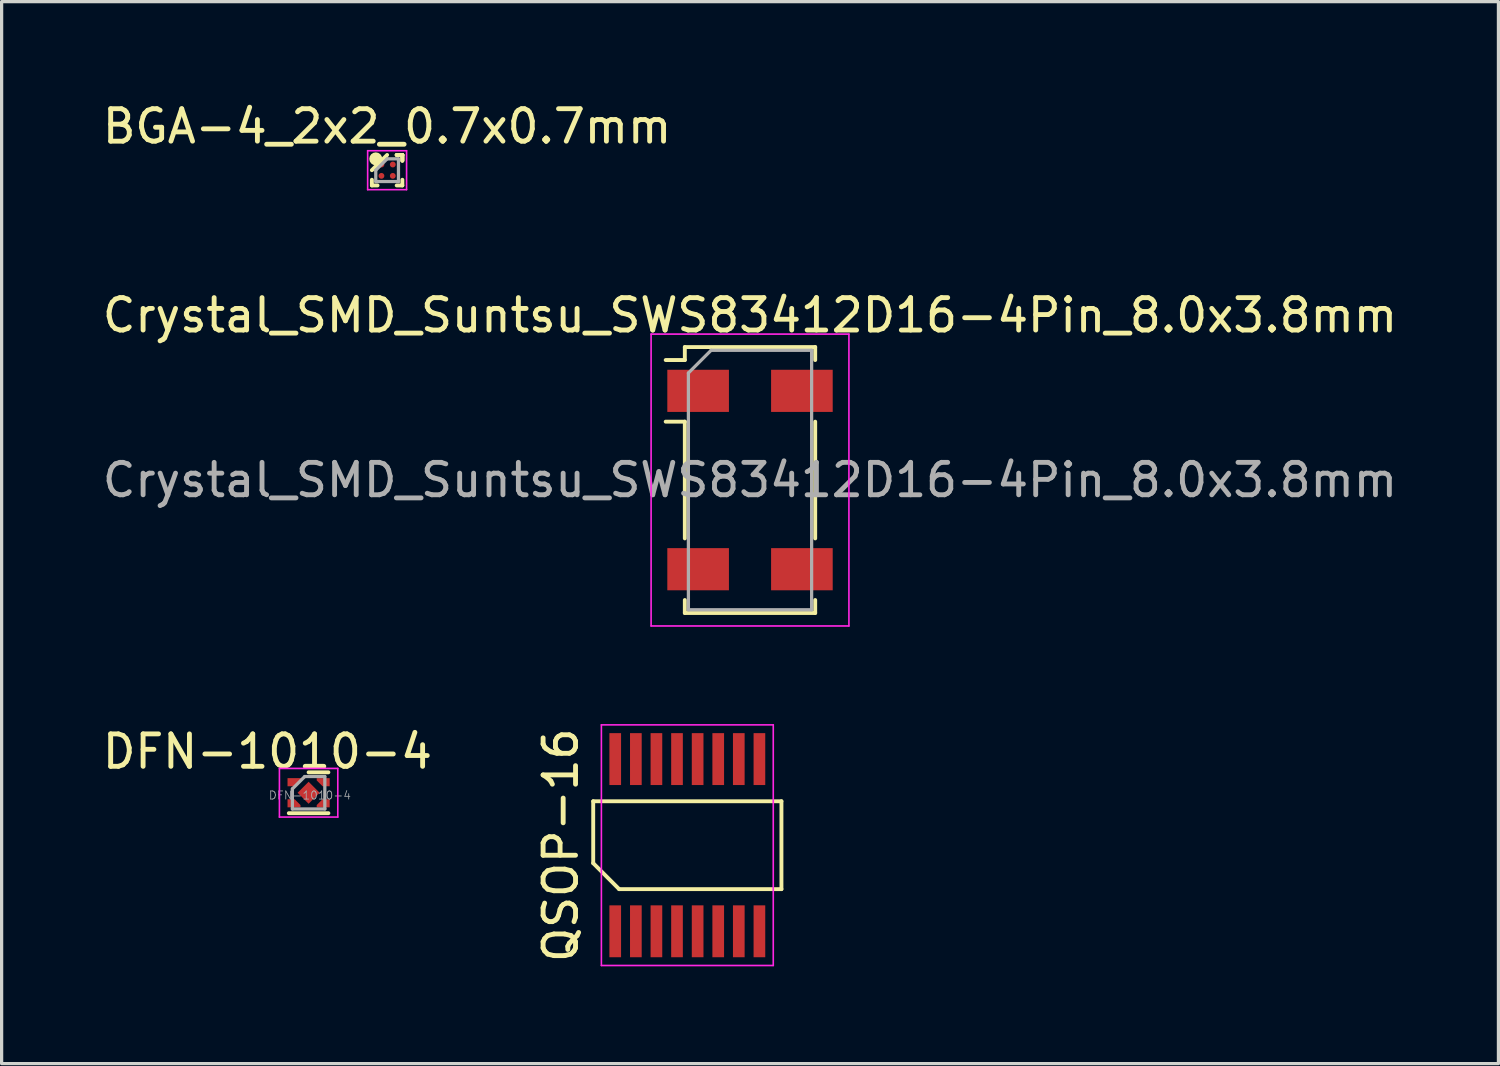
<source format=kicad_pcb>
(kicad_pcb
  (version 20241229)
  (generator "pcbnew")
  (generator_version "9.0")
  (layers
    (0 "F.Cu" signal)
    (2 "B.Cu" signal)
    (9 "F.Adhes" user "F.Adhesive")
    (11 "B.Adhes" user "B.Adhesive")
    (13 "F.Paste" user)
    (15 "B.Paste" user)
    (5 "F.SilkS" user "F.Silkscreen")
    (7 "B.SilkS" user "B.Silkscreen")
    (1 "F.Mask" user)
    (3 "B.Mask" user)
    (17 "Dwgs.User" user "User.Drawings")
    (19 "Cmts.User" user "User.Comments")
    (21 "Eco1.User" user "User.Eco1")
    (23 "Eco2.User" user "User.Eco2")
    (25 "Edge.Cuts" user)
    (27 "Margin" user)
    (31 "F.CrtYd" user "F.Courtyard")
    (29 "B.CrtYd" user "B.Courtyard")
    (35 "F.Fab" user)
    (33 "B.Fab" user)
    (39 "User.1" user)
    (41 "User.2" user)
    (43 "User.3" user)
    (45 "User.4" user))
  (footprint "DFN-1010-4"
    (layer "F.Cu")
    (at 6.466 21.395)
    (property "Reference" "DFN-1010-4" (at -1.27 -1.27 0) (layer "F.SilkS") (effects (font (size 1 1) (thickness 0.15))))
    (attr through_hole)
    (fp_line (start 0.61 -0.63) (end 0 -0.63) (stroke (width 0.12) (type solid)) (layer "F.SilkS"))
    (fp_line (start 0.61 0.63) (end -0.61 0.63) (stroke (width 0.12) (type solid)) (layer "F.SilkS"))
    (fp_line (start -0.9 -0.75) (end 0.9 -0.75) (stroke (width 0.05) (type solid)) (layer "F.CrtYd"))
    (fp_line (start -0.9 0.75) (end -0.9 -0.75) (stroke (width 0.05) (type solid)) (layer "F.CrtYd"))
    (fp_line (start 0.9 -0.75) (end 0.9 0.75) (stroke (width 0.05) (type solid)) (layer "F.CrtYd"))
    (fp_line (start 0.9 0.75) (end -0.9 0.75) (stroke (width 0.05) (type solid)) (layer "F.CrtYd"))
    (fp_line (start -0.5 0.5) (end -0.5 -0.12) (stroke (width 0.1) (type solid)) (layer "F.Fab"))
    (fp_line (start -0.12 -0.5) (end -0.5 -0.12) (stroke (width 0.1) (type solid)) (layer "F.Fab"))
    (fp_line (start -0.12 -0.5) (end 0.5 -0.5) (stroke (width 0.1) (type solid)) (layer "F.Fab"))
    (fp_line (start 0.5 -0.5) (end 0.5 0.5) (stroke (width 0.1) (type solid)) (layer "F.Fab"))
    (fp_line (start 0.5 0.5) (end -0.5 0.5) (stroke (width 0.1) (type solid)) (layer "F.Fab"))
    (fp_text user "${REFERENCE}" (at 0.04 0.08 0) (layer "F.Fab") (effects (font (size 0.25 0.25) (thickness 0.025))))
    (pad "1" smd custom (at -0.54 -0.325) (size 0.22 0.25) (layers "F.Cu" "F.Mask" "F.Paste") (options (anchor rect)) (primitives (gr_poly (pts (xy 0.11 -0.125) (xy 0.36 -0.125) (xy 0.11 0.125)) (width 0) (fill yes))))
    (pad "2" smd custom (at -0.54 0.325) (size 0.22 0.25) (layers "F.Cu" "F.Mask" "F.Paste") (options (anchor rect)) (primitives (gr_poly (pts (xy 0.11 0.125) (xy 0.29 0.125) (xy 0.29 0.055) (xy 0.11 -0.125)) (width 0) (fill yes))))
    (pad "3" smd custom (at 0.54 0.325) (size 0.22 0.25) (layers "F.Cu" "F.Mask" "F.Paste") (options (anchor rect)) (primitives (gr_poly (pts (xy -0.11 0.125) (xy -0.29 0.125) (xy -0.29 0.055) (xy -0.11 -0.125)) (width 0) (fill yes))))
    (pad "4" smd custom (at 0.54 -0.325) (size 0.22 0.25) (layers "F.Cu" "F.Mask" "F.Paste") (options (anchor rect)) (primitives (gr_poly (pts (xy -0.11 -0.125) (xy -0.29 -0.125) (xy -0.29 -0.055) (xy -0.11 0.125)) (width 0) (fill yes))))
    (pad "5" smd rect (at 0 0 45) (size 0.48 0.48) (layers "F.Cu" "F.Mask" "F.Paste")))
  (footprint "BGA-4_2x2_0.7x0.7mm"
    (layer "F.Cu")
    (at 8.887 2.198)
    (property "Reference" "BGA-4_2x2_0.7x0.7mm" (at 0 -1.35 0) (layer "F.SilkS") (effects (font (size 1 1) (thickness 0.15))))
    (attr smd)
    (fp_line (start -0.47 0.47) (end -0.47 0.295) (stroke (width 0.12) (type solid)) (layer "F.SilkS"))
    (fp_line (start -0.295 0.47) (end -0.47 0.47) (stroke (width 0.12) (type solid)) (layer "F.SilkS"))
    (fp_line (start 0 -0.47) (end -0.47 0) (stroke (width 0.12) (type solid)) (layer "F.SilkS"))
    (fp_line (start 0.295 -0.47) (end 0.47 -0.47) (stroke (width 0.12) (type solid)) (layer "F.SilkS"))
    (fp_line (start 0.295 -0.47) (end 0.47 -0.47) (stroke (width 0.12) (type solid)) (layer "F.SilkS"))
    (fp_line (start 0.295 -0.47) (end 0.47 -0.47) (stroke (width 0.12) (type solid)) (layer "F.SilkS"))
    (fp_line (start 0.295 0.47) (end 0.47 0.47) (stroke (width 0.12) (type solid)) (layer "F.SilkS"))
    (fp_line (start 0.47 -0.47) (end 0.47 -0.295) (stroke (width 0.12) (type solid)) (layer "F.SilkS"))
    (fp_line (start 0.47 -0.47) (end 0.47 -0.295) (stroke (width 0.12) (type solid)) (layer "F.SilkS"))
    (fp_line (start 0.47 -0.47) (end 0.47 -0.295) (stroke (width 0.12) (type solid)) (layer "F.SilkS"))
    (fp_line (start 0.47 0.47) (end 0.47 0.295) (stroke (width 0.12) (type solid)) (layer "F.SilkS"))
    (fp_circle (center -0.35 -0.35) (end -0.35 -0.25) (stroke (width 0.2) (type solid)) (fill no) (layer "F.SilkS"))
    (fp_line (start -0.6 -0.6) (end 0.6 -0.6) (stroke (width 0.05) (type solid)) (layer "F.CrtYd"))
    (fp_line (start -0.6 0.6) (end -0.6 -0.6) (stroke (width 0.05) (type solid)) (layer "F.CrtYd"))
    (fp_line (start 0.6 -0.6) (end 0.6 0.6) (stroke (width 0.05) (type solid)) (layer "F.CrtYd"))
    (fp_line (start 0.6 0.6) (end -0.6 0.6) (stroke (width 0.05) (type solid)) (layer "F.CrtYd"))
    (fp_line (start -0.35 0) (end -0.35 0.35) (stroke (width 0.1) (type solid)) (layer "F.Fab"))
    (fp_line (start -0.35 0.35) (end 0.35 0.35) (stroke (width 0.1) (type solid)) (layer "F.Fab"))
    (fp_line (start 0 -0.35) (end -0.35 0) (stroke (width 0.1) (type solid)) (layer "F.Fab"))
    (fp_line (start 0.35 -0.35) (end 0 -0.35) (stroke (width 0.1) (type solid)) (layer "F.Fab"))
    (fp_line (start 0.35 0.35) (end 0.35 -0.35) (stroke (width 0.1) (type solid)) (layer "F.Fab"))
    (pad "A1" smd circle (at -0.175 -0.175) (size 0.18 0.18) (layers "F.Cu" "F.Mask" "F.Paste"))
    (pad "A2" smd circle (at 0.175 -0.175) (size 0.18 0.18) (layers "F.Cu" "F.Mask" "F.Paste"))
    (pad "B1" smd circle (at -0.175 0.175) (size 0.18 0.18) (layers "F.Cu" "F.Mask" "F.Paste"))
    (pad "B2" smd circle (at 0.175 0.175) (size 0.18 0.18) (layers "F.Cu" "F.Mask" "F.Paste")))
  (footprint "Crystal_SMD_Suntsu_SWS83412D16-4Pin_8.0x3.8mm"
    (layer "F.Cu")
    (at 20.077 11.752)
    (property "Reference" "Crystal_SMD_Suntsu_SWS83412D16-4Pin_8.0x3.8mm" (at 0 -5.08 180) (layer "F.SilkS") (effects (font (size 1 1) (thickness 0.15))))
    (attr smd)
    (fp_line (start -2.6 -3.7) (end -2.01 -3.7) (stroke (width 0.12) (type solid)) (layer "F.SilkS"))
    (fp_line (start -2.01 -4.1) (end -2.01 -3.7) (stroke (width 0.12) (type solid)) (layer "F.SilkS"))
    (fp_line (start -2.01 -1.8) (end -2.6 -1.8) (stroke (width 0.12) (type solid)) (layer "F.SilkS"))
    (fp_line (start -2.01 -1.8) (end -2.01 1.8) (stroke (width 0.12) (type solid)) (layer "F.SilkS"))
    (fp_line (start -2.01 4.1) (end -2.01 3.7) (stroke (width 0.12) (type solid)) (layer "F.SilkS"))
    (fp_line (start 2.01 -4.1) (end -2.01 -4.1) (stroke (width 0.12) (type solid)) (layer "F.SilkS"))
    (fp_line (start 2.01 -4.1) (end 2.01 -3.7) (stroke (width 0.12) (type solid)) (layer "F.SilkS"))
    (fp_line (start 2.01 -1.8) (end 2.01 1.8) (stroke (width 0.12) (type solid)) (layer "F.SilkS"))
    (fp_line (start 2.01 4.1) (end -2.01 4.1) (stroke (width 0.12) (type solid)) (layer "F.SilkS"))
    (fp_line (start 2.01 4.1) (end 2.01 3.7) (stroke (width 0.12) (type solid)) (layer "F.SilkS"))
    (fp_line (start -3.05 -4.5) (end -3.05 4.5) (stroke (width 0.05) (type solid)) (layer "F.CrtYd"))
    (fp_line (start -3.05 4.5) (end 3.05 4.5) (stroke (width 0.05) (type solid)) (layer "F.CrtYd"))
    (fp_line (start 3.05 -4.5) (end -3.05 -4.5) (stroke (width 0.05) (type solid)) (layer "F.CrtYd"))
    (fp_line (start 3.05 4.5) (end 3.05 -4.5) (stroke (width 0.05) (type solid)) (layer "F.CrtYd"))
    (fp_line (start -1.9 -3.3) (end -1.2 -4) (stroke (width 0.1) (type solid)) (layer "F.Fab"))
    (fp_line (start -1.9 4) (end -1.9 -3.3) (stroke (width 0.1) (type solid)) (layer "F.Fab"))
    (fp_line (start -1.2 -4) (end 1.9 -4) (stroke (width 0.1) (type solid)) (layer "F.Fab"))
    (fp_line (start 1.9 -4) (end 1.9 4) (stroke (width 0.1) (type solid)) (layer "F.Fab"))
    (fp_line (start 1.9 4) (end -1.9 4) (stroke (width 0.1) (type solid)) (layer "F.Fab"))
    (fp_text user "${REFERENCE}" (at 0 0 180) (layer "F.Fab") (effects (font (size 1 1) (thickness 0.15))))
    (pad "1" smd rect (at -1.6 -2.75 270) (size 1.3 1.9) (layers "F.Cu" "F.Mask" "F.Paste"))
    (pad "2" smd rect (at -1.6 2.75 270) (size 1.3 1.9) (layers "F.Cu" "F.Mask" "F.Paste"))
    (pad "3" smd rect (at 1.6 2.75 270) (size 1.3 1.9) (layers "F.Cu" "F.Mask" "F.Paste"))
    (pad "4" smd rect (at 1.6 -2.75 270) (size 1.3 1.9) (layers "F.Cu" "F.Mask" "F.Paste")))
  (footprint "QSOP-16"
    (layer "F.Cu")
    (at 18.144 23.012)
    (property "Reference" "QSOP-16" (at -3.902 0 90) (layer "F.SilkS") (effects (font (size 1 1) (thickness 0.15))))
    (attr smd)
    (fp_line (start -2.902 -1.355) (end 2.902 -1.355) (stroke (width 0.12) (type solid)) (layer "F.SilkS"))
    (fp_line (start -2.902 0.555) (end -2.902 -1.355) (stroke (width 0.12) (type solid)) (layer "F.SilkS"))
    (fp_line (start -2.103 1.355) (end -2.902 0.555) (stroke (width 0.12) (type solid)) (layer "F.SilkS"))
    (fp_line (start 2.902 -1.355) (end 2.902 1.355) (stroke (width 0.12) (type solid)) (layer "F.SilkS"))
    (fp_line (start 2.902 1.355) (end -2.103 1.355) (stroke (width 0.12) (type solid)) (layer "F.SilkS"))
    (fp_line (start -2.65 -3.71) (end 2.65 -3.71) (stroke (width 0.05) (type solid)) (layer "F.CrtYd"))
    (fp_line (start -2.65 3.71) (end -2.65 -3.71) (stroke (width 0.05) (type solid)) (layer "F.CrtYd"))
    (fp_line (start 2.65 -3.71) (end 2.65 3.71) (stroke (width 0.05) (type solid)) (layer "F.CrtYd"))
    (fp_line (start 2.65 3.71) (end -2.65 3.71) (stroke (width 0.05) (type solid)) (layer "F.CrtYd"))
    (pad "1" smd rect (at -2.223 2.655) (size 0.36 1.6) (layers "F.Cu" "F.Mask" "F.Paste"))
    (pad "2" smd rect (at -1.587 2.655) (size 0.36 1.6) (layers "F.Cu" "F.Mask" "F.Paste"))
    (pad "3" smd rect (at -0.953 2.655) (size 0.36 1.6) (layers "F.Cu" "F.Mask" "F.Paste"))
    (pad "4" smd rect (at -0.318 2.655) (size 0.36 1.6) (layers "F.Cu" "F.Mask" "F.Paste"))
    (pad "5" smd rect (at 0.318 2.655) (size 0.36 1.6) (layers "F.Cu" "F.Mask" "F.Paste"))
    (pad "6" smd rect (at 0.953 2.655) (size 0.36 1.6) (layers "F.Cu" "F.Mask" "F.Paste"))
    (pad "7" smd rect (at 1.587 2.655) (size 0.36 1.6) (layers "F.Cu" "F.Mask" "F.Paste"))
    (pad "8" smd rect (at 2.223 2.655) (size 0.36 1.6) (layers "F.Cu" "F.Mask" "F.Paste"))
    (pad "9" smd rect (at 2.223 -2.655) (size 0.36 1.6) (layers "F.Cu" "F.Mask" "F.Paste"))
    (pad "10" smd rect (at 1.587 -2.655) (size 0.36 1.6) (layers "F.Cu" "F.Mask" "F.Paste"))
    (pad "11" smd rect (at 0.953 -2.655) (size 0.36 1.6) (layers "F.Cu" "F.Mask" "F.Paste"))
    (pad "12" smd rect (at 0.318 -2.655) (size 0.36 1.6) (layers "F.Cu" "F.Mask" "F.Paste"))
    (pad "13" smd rect (at -0.318 -2.655) (size 0.36 1.6) (layers "F.Cu" "F.Mask" "F.Paste"))
    (pad "14" smd rect (at -0.953 -2.655) (size 0.36 1.6) (layers "F.Cu" "F.Mask" "F.Paste"))
    (pad "15" smd rect (at -1.587 -2.655) (size 0.36 1.6) (layers "F.Cu" "F.Mask" "F.Paste"))
    (pad "16" smd rect (at -2.223 -2.655) (size 0.36 1.6) (layers "F.Cu" "F.Mask" "F.Paste")))
  (gr_rect
    (start -3 -3)
    (end 43.155 29.747)
    (stroke (width 0.1) (type default))
    (fill no)
    (layer "Edge.Cuts")))
</source>
